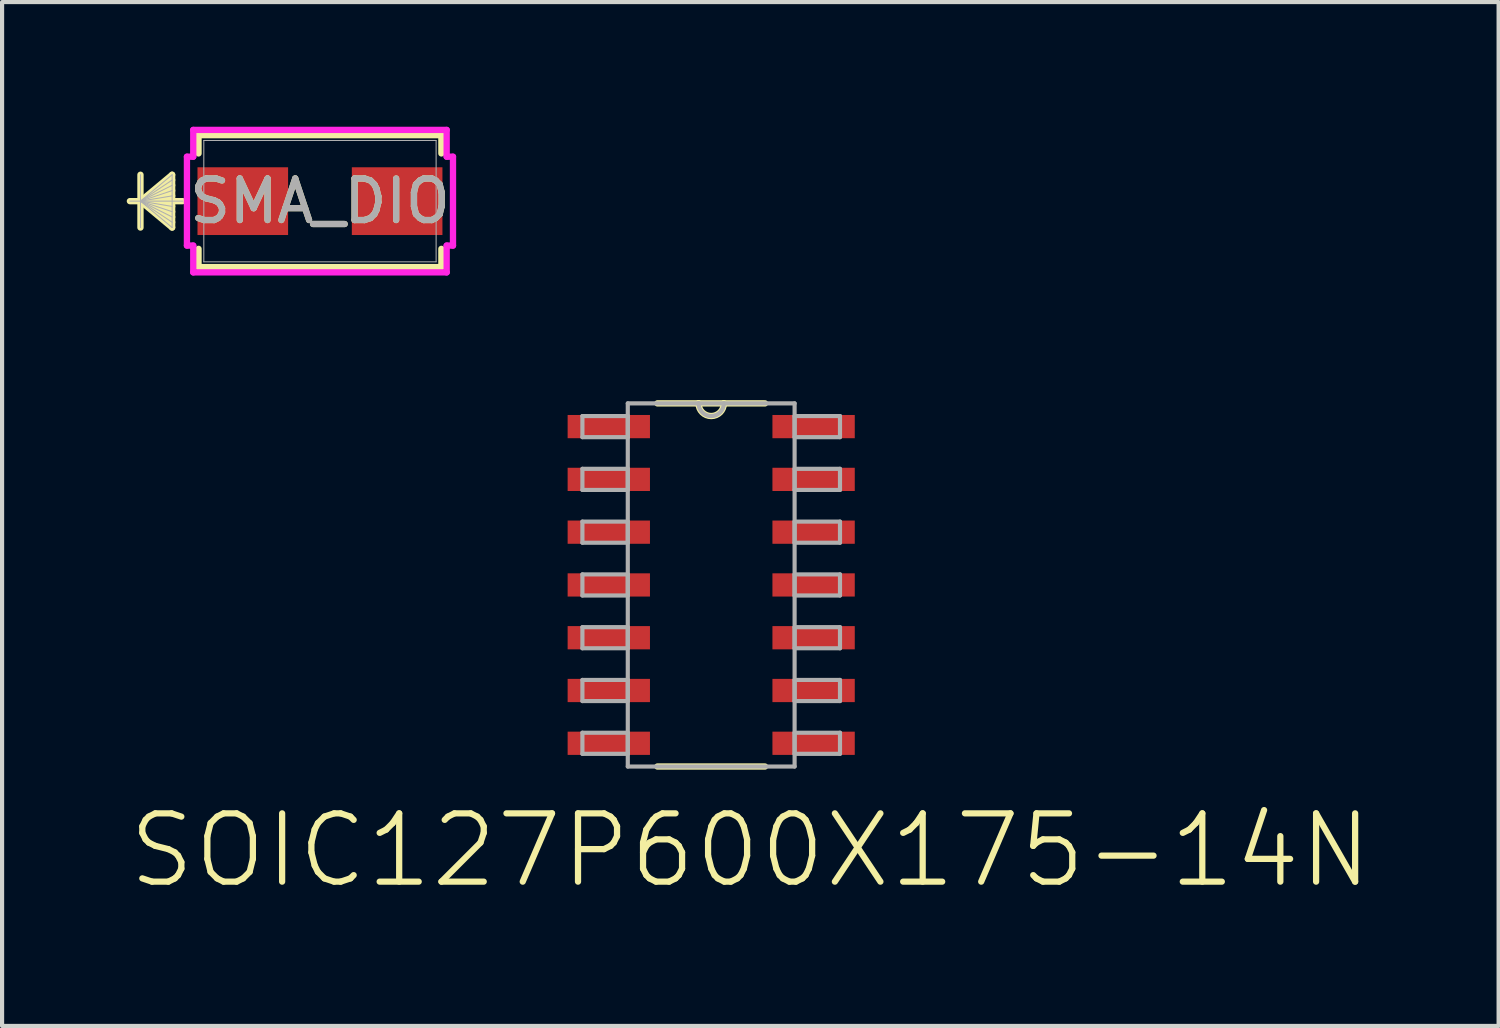
<source format=kicad_pcb>
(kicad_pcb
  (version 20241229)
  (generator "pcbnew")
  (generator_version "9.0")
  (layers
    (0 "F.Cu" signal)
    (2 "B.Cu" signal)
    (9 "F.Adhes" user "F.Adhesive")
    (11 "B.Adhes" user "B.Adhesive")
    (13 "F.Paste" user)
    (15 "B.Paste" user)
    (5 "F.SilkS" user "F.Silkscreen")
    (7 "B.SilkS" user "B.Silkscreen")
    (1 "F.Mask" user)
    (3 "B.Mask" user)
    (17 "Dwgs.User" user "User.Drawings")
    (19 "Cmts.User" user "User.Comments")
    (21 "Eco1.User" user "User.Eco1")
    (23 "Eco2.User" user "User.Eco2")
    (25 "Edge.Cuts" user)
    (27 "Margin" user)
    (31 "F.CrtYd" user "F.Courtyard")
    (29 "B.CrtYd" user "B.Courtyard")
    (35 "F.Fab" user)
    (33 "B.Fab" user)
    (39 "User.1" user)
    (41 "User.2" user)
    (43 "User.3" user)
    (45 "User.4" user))
  (footprint "SOIC127P600X175-14N"
    (layer "F.Cu")
    (at 14.063 11.025)
    (property "Reference" "SOIC127P600X175-14N" (at 0.942 6.387 0) (layer "F.SilkS") (effects (font (size 1.643 1.643) (thickness 0.15))))
    (attr smd)
    (fp_line (start -1.295 4.369) (end 1.295 4.369) (stroke (width 0.152) (type solid)) (layer "F.SilkS"))
    (fp_line (start -0.305 -4.369) (end -1.295 -4.369) (stroke (width 0.152) (type solid)) (layer "F.SilkS"))
    (fp_line (start 0.305 -4.369) (end -0.305 -4.369) (stroke (width 0.152) (type solid)) (layer "F.SilkS"))
    (fp_line (start 1.295 -4.369) (end 0.305 -4.369) (stroke (width 0.152) (type solid)) (layer "F.SilkS"))
    (fp_arc (start 0.3048 -4.3688) (mid 0 -4.064) (end -0.3048 -4.3688) (stroke (width 0.1524) (type solid)) (layer "F.SilkS"))
    (fp_line (start -3.099 -4.064) (end -3.099 -3.556) (stroke (width 0.1) (type solid)) (layer "F.Fab"))
    (fp_line (start -3.099 -3.556) (end -2.007 -3.556) (stroke (width 0.1) (type solid)) (layer "F.Fab"))
    (fp_line (start -3.099 -2.794) (end -3.099 -2.286) (stroke (width 0.1) (type solid)) (layer "F.Fab"))
    (fp_line (start -3.099 -2.286) (end -2.007 -2.286) (stroke (width 0.1) (type solid)) (layer "F.Fab"))
    (fp_line (start -3.099 -1.524) (end -3.099 -1.016) (stroke (width 0.1) (type solid)) (layer "F.Fab"))
    (fp_line (start -3.099 -1.016) (end -2.007 -1.016) (stroke (width 0.1) (type solid)) (layer "F.Fab"))
    (fp_line (start -3.099 -0.254) (end -3.099 0.254) (stroke (width 0.1) (type solid)) (layer "F.Fab"))
    (fp_line (start -3.099 0.254) (end -2.007 0.254) (stroke (width 0.1) (type solid)) (layer "F.Fab"))
    (fp_line (start -3.099 1.016) (end -3.099 1.524) (stroke (width 0.1) (type solid)) (layer "F.Fab"))
    (fp_line (start -3.099 1.524) (end -2.007 1.524) (stroke (width 0.1) (type solid)) (layer "F.Fab"))
    (fp_line (start -3.099 2.286) (end -3.099 2.794) (stroke (width 0.1) (type solid)) (layer "F.Fab"))
    (fp_line (start -3.099 2.794) (end -2.007 2.794) (stroke (width 0.1) (type solid)) (layer "F.Fab"))
    (fp_line (start -3.099 3.556) (end -3.099 4.064) (stroke (width 0.1) (type solid)) (layer "F.Fab"))
    (fp_line (start -3.099 4.064) (end -2.007 4.064) (stroke (width 0.1) (type solid)) (layer "F.Fab"))
    (fp_line (start -2.007 -4.369) (end -2.007 4.369) (stroke (width 0.1) (type solid)) (layer "F.Fab"))
    (fp_line (start -2.007 -4.064) (end -3.099 -4.064) (stroke (width 0.1) (type solid)) (layer "F.Fab"))
    (fp_line (start -2.007 -3.556) (end -2.007 -4.064) (stroke (width 0.1) (type solid)) (layer "F.Fab"))
    (fp_line (start -2.007 -2.794) (end -3.099 -2.794) (stroke (width 0.1) (type solid)) (layer "F.Fab"))
    (fp_line (start -2.007 -2.286) (end -2.007 -2.794) (stroke (width 0.1) (type solid)) (layer "F.Fab"))
    (fp_line (start -2.007 -1.524) (end -3.099 -1.524) (stroke (width 0.1) (type solid)) (layer "F.Fab"))
    (fp_line (start -2.007 -1.016) (end -2.007 -1.524) (stroke (width 0.1) (type solid)) (layer "F.Fab"))
    (fp_line (start -2.007 -0.254) (end -3.099 -0.254) (stroke (width 0.1) (type solid)) (layer "F.Fab"))
    (fp_line (start -2.007 0.254) (end -2.007 -0.254) (stroke (width 0.1) (type solid)) (layer "F.Fab"))
    (fp_line (start -2.007 1.016) (end -3.099 1.016) (stroke (width 0.1) (type solid)) (layer "F.Fab"))
    (fp_line (start -2.007 1.524) (end -2.007 1.016) (stroke (width 0.1) (type solid)) (layer "F.Fab"))
    (fp_line (start -2.007 2.286) (end -3.099 2.286) (stroke (width 0.1) (type solid)) (layer "F.Fab"))
    (fp_line (start -2.007 2.794) (end -2.007 2.286) (stroke (width 0.1) (type solid)) (layer "F.Fab"))
    (fp_line (start -2.007 3.556) (end -3.099 3.556) (stroke (width 0.1) (type solid)) (layer "F.Fab"))
    (fp_line (start -2.007 4.064) (end -2.007 3.556) (stroke (width 0.1) (type solid)) (layer "F.Fab"))
    (fp_line (start -2.007 4.369) (end 2.007 4.369) (stroke (width 0.1) (type solid)) (layer "F.Fab"))
    (fp_line (start -0.305 -4.369) (end -2.007 -4.369) (stroke (width 0.1) (type solid)) (layer "F.Fab"))
    (fp_line (start 0.305 -4.369) (end -0.305 -4.369) (stroke (width 0.1) (type solid)) (layer "F.Fab"))
    (fp_line (start 2.007 -4.369) (end 0.305 -4.369) (stroke (width 0.1) (type solid)) (layer "F.Fab"))
    (fp_line (start 2.007 -4.064) (end 2.007 -3.556) (stroke (width 0.1) (type solid)) (layer "F.Fab"))
    (fp_line (start 2.007 -3.556) (end 3.099 -3.556) (stroke (width 0.1) (type solid)) (layer "F.Fab"))
    (fp_line (start 2.007 -2.794) (end 2.007 -2.286) (stroke (width 0.1) (type solid)) (layer "F.Fab"))
    (fp_line (start 2.007 -2.286) (end 3.099 -2.286) (stroke (width 0.1) (type solid)) (layer "F.Fab"))
    (fp_line (start 2.007 -1.524) (end 2.007 -1.016) (stroke (width 0.1) (type solid)) (layer "F.Fab"))
    (fp_line (start 2.007 -1.016) (end 3.099 -1.016) (stroke (width 0.1) (type solid)) (layer "F.Fab"))
    (fp_line (start 2.007 -0.254) (end 2.007 0.254) (stroke (width 0.1) (type solid)) (layer "F.Fab"))
    (fp_line (start 2.007 0.254) (end 3.099 0.254) (stroke (width 0.1) (type solid)) (layer "F.Fab"))
    (fp_line (start 2.007 1.016) (end 2.007 1.524) (stroke (width 0.1) (type solid)) (layer "F.Fab"))
    (fp_line (start 2.007 1.524) (end 3.099 1.524) (stroke (width 0.1) (type solid)) (layer "F.Fab"))
    (fp_line (start 2.007 2.286) (end 2.007 2.794) (stroke (width 0.1) (type solid)) (layer "F.Fab"))
    (fp_line (start 2.007 2.794) (end 3.099 2.794) (stroke (width 0.1) (type solid)) (layer "F.Fab"))
    (fp_line (start 2.007 3.556) (end 2.007 4.064) (stroke (width 0.1) (type solid)) (layer "F.Fab"))
    (fp_line (start 2.007 4.064) (end 3.099 4.064) (stroke (width 0.1) (type solid)) (layer "F.Fab"))
    (fp_line (start 2.007 4.369) (end 2.007 -4.369) (stroke (width 0.1) (type solid)) (layer "F.Fab"))
    (fp_line (start 3.099 -4.064) (end 2.007 -4.064) (stroke (width 0.1) (type solid)) (layer "F.Fab"))
    (fp_line (start 3.099 -3.556) (end 3.099 -4.064) (stroke (width 0.1) (type solid)) (layer "F.Fab"))
    (fp_line (start 3.099 -2.794) (end 2.007 -2.794) (stroke (width 0.1) (type solid)) (layer "F.Fab"))
    (fp_line (start 3.099 -2.286) (end 3.099 -2.794) (stroke (width 0.1) (type solid)) (layer "F.Fab"))
    (fp_line (start 3.099 -1.524) (end 2.007 -1.524) (stroke (width 0.1) (type solid)) (layer "F.Fab"))
    (fp_line (start 3.099 -1.016) (end 3.099 -1.524) (stroke (width 0.1) (type solid)) (layer "F.Fab"))
    (fp_line (start 3.099 -0.254) (end 2.007 -0.254) (stroke (width 0.1) (type solid)) (layer "F.Fab"))
    (fp_line (start 3.099 0.254) (end 3.099 -0.254) (stroke (width 0.1) (type solid)) (layer "F.Fab"))
    (fp_line (start 3.099 1.016) (end 2.007 1.016) (stroke (width 0.1) (type solid)) (layer "F.Fab"))
    (fp_line (start 3.099 1.524) (end 3.099 1.016) (stroke (width 0.1) (type solid)) (layer "F.Fab"))
    (fp_line (start 3.099 2.286) (end 2.007 2.286) (stroke (width 0.1) (type solid)) (layer "F.Fab"))
    (fp_line (start 3.099 2.794) (end 3.099 2.286) (stroke (width 0.1) (type solid)) (layer "F.Fab"))
    (fp_line (start 3.099 3.556) (end 2.007 3.556) (stroke (width 0.1) (type solid)) (layer "F.Fab"))
    (fp_line (start 3.099 4.064) (end 3.099 3.556) (stroke (width 0.1) (type solid)) (layer "F.Fab"))
    (fp_arc (start 0.3048 -4.3688) (mid 0 -4.064) (end -0.3048 -4.3688) (stroke (width 0.1) (type solid)) (layer "F.Fab"))
    (pad "1" smd rect (at -2.464 -3.81) (size 1.981 0.559) (layers "F.Cu" "F.Mask" "F.Paste"))
    (pad "2" smd rect (at -2.464 -2.54) (size 1.981 0.559) (layers "F.Cu" "F.Mask" "F.Paste"))
    (pad "3" smd rect (at -2.464 -1.27) (size 1.981 0.559) (layers "F.Cu" "F.Mask" "F.Paste"))
    (pad "4" smd rect (at -2.464 0) (size 1.981 0.559) (layers "F.Cu" "F.Mask" "F.Paste"))
    (pad "5" smd rect (at -2.464 1.27) (size 1.981 0.559) (layers "F.Cu" "F.Mask" "F.Paste"))
    (pad "6" smd rect (at -2.464 2.54) (size 1.981 0.559) (layers "F.Cu" "F.Mask" "F.Paste"))
    (pad "7" smd rect (at -2.464 3.81) (size 1.981 0.559) (layers "F.Cu" "F.Mask" "F.Paste"))
    (pad "8" smd rect (at 2.464 3.81) (size 1.981 0.559) (layers "F.Cu" "F.Mask" "F.Paste"))
    (pad "9" smd rect (at 2.464 2.54) (size 1.981 0.559) (layers "F.Cu" "F.Mask" "F.Paste"))
    (pad "10" smd rect (at 2.464 1.27) (size 1.981 0.559) (layers "F.Cu" "F.Mask" "F.Paste"))
    (pad "11" smd rect (at 2.464 0) (size 1.981 0.559) (layers "F.Cu" "F.Mask" "F.Paste"))
    (pad "12" smd rect (at 2.464 -1.27) (size 1.981 0.559) (layers "F.Cu" "F.Mask" "F.Paste"))
    (pad "13" smd rect (at 2.464 -2.54) (size 1.981 0.559) (layers "F.Cu" "F.Mask" "F.Paste"))
    (pad "14" smd rect (at 2.464 -3.81) (size 1.981 0.559) (layers "F.Cu" "F.Mask" "F.Paste")))
  (footprint "SMA_DIO"
    (layer "F.Cu")
    (at 4.649 1.79)
    (property "Reference" "SMA_DIO" (at 0 0 0) (unlocked yes) (layer "F.SilkS") (effects (font (size 1 1) (thickness 0.15))))
    (attr smd)
    (fp_line (start -4.319 -0.635) (end -4.319 0.635) (stroke (width 0.152) (type solid)) (layer "F.SilkS"))
    (fp_line (start -4.319 0) (end -3.557 -0.635) (stroke (width 0.152) (type solid)) (layer "F.SilkS"))
    (fp_line (start -4.319 0) (end -3.557 -0.508) (stroke (width 0.152) (type solid)) (layer "F.SilkS"))
    (fp_line (start -4.319 0) (end -3.557 -0.381) (stroke (width 0.152) (type solid)) (layer "F.SilkS"))
    (fp_line (start -4.319 0) (end -3.557 -0.254) (stroke (width 0.152) (type solid)) (layer "F.SilkS"))
    (fp_line (start -4.319 0) (end -3.557 -0.127) (stroke (width 0.152) (type solid)) (layer "F.SilkS"))
    (fp_line (start -4.319 0) (end -3.557 0.127) (stroke (width 0.152) (type solid)) (layer "F.SilkS"))
    (fp_line (start -4.319 0) (end -3.557 0.254) (stroke (width 0.152) (type solid)) (layer "F.SilkS"))
    (fp_line (start -4.319 0) (end -3.557 0.381) (stroke (width 0.152) (type solid)) (layer "F.SilkS"))
    (fp_line (start -4.319 0) (end -3.557 0.508) (stroke (width 0.152) (type solid)) (layer "F.SilkS"))
    (fp_line (start -4.319 0) (end -3.557 0.635) (stroke (width 0.152) (type solid)) (layer "F.SilkS"))
    (fp_line (start -3.557 -0.635) (end -3.557 0.635) (stroke (width 0.152) (type solid)) (layer "F.SilkS"))
    (fp_line (start -3.303 0) (end -4.573 0) (stroke (width 0.152) (type solid)) (layer "F.SilkS"))
    (fp_line (start -2.922 -1.587) (end -2.922 -1.148) (stroke (width 0.152) (type solid)) (layer "F.SilkS"))
    (fp_line (start -2.922 1.148) (end -2.922 1.587) (stroke (width 0.152) (type solid)) (layer "F.SilkS"))
    (fp_line (start -2.922 1.587) (end 2.922 1.587) (stroke (width 0.152) (type solid)) (layer "F.SilkS"))
    (fp_line (start 2.922 -1.587) (end -2.922 -1.587) (stroke (width 0.152) (type solid)) (layer "F.SilkS"))
    (fp_line (start 2.922 -1.148) (end 2.922 -1.587) (stroke (width 0.152) (type solid)) (layer "F.SilkS"))
    (fp_line (start 2.922 1.587) (end 2.922 1.148) (stroke (width 0.152) (type solid)) (layer "F.SilkS"))
    (fp_line (start -3.201 -1.069) (end -3.049 -1.069) (stroke (width 0.152) (type solid)) (layer "F.CrtYd"))
    (fp_line (start -3.201 1.069) (end -3.201 -1.069) (stroke (width 0.152) (type solid)) (layer "F.CrtYd"))
    (fp_line (start -3.049 -1.714) (end 3.049 -1.714) (stroke (width 0.152) (type solid)) (layer "F.CrtYd"))
    (fp_line (start -3.049 -1.069) (end -3.049 -1.714) (stroke (width 0.152) (type solid)) (layer "F.CrtYd"))
    (fp_line (start -3.049 1.069) (end -3.201 1.069) (stroke (width 0.152) (type solid)) (layer "F.CrtYd"))
    (fp_line (start -3.049 1.714) (end -3.049 1.069) (stroke (width 0.152) (type solid)) (layer "F.CrtYd"))
    (fp_line (start 3.049 -1.714) (end 3.049 -1.069) (stroke (width 0.152) (type solid)) (layer "F.CrtYd"))
    (fp_line (start 3.049 -1.069) (end 3.201 -1.069) (stroke (width 0.152) (type solid)) (layer "F.CrtYd"))
    (fp_line (start 3.049 1.069) (end 3.049 1.714) (stroke (width 0.152) (type solid)) (layer "F.CrtYd"))
    (fp_line (start 3.049 1.714) (end -3.049 1.714) (stroke (width 0.152) (type solid)) (layer "F.CrtYd"))
    (fp_line (start 3.201 -1.069) (end 3.201 1.069) (stroke (width 0.152) (type solid)) (layer "F.CrtYd"))
    (fp_line (start 3.201 1.069) (end 3.049 1.069) (stroke (width 0.152) (type solid)) (layer "F.CrtYd"))
    (fp_line (start -4.319 -0.635) (end -4.319 0.635) (stroke (width 0.025) (type solid)) (layer "F.Fab"))
    (fp_line (start -4.319 0) (end -3.557 -0.635) (stroke (width 0.025) (type solid)) (layer "F.Fab"))
    (fp_line (start -4.319 0) (end -3.557 -0.508) (stroke (width 0.025) (type solid)) (layer "F.Fab"))
    (fp_line (start -4.319 0) (end -3.557 -0.381) (stroke (width 0.025) (type solid)) (layer "F.Fab"))
    (fp_line (start -4.319 0) (end -3.557 -0.254) (stroke (width 0.025) (type solid)) (layer "F.Fab"))
    (fp_line (start -4.319 0) (end -3.557 -0.127) (stroke (width 0.025) (type solid)) (layer "F.Fab"))
    (fp_line (start -4.319 0) (end -3.557 0.127) (stroke (width 0.025) (type solid)) (layer "F.Fab"))
    (fp_line (start -4.319 0) (end -3.557 0.254) (stroke (width 0.025) (type solid)) (layer "F.Fab"))
    (fp_line (start -4.319 0) (end -3.557 0.381) (stroke (width 0.025) (type solid)) (layer "F.Fab"))
    (fp_line (start -4.319 0) (end -3.557 0.508) (stroke (width 0.025) (type solid)) (layer "F.Fab"))
    (fp_line (start -4.319 0) (end -3.557 0.635) (stroke (width 0.025) (type solid)) (layer "F.Fab"))
    (fp_line (start -3.557 -0.635) (end -3.557 0.635) (stroke (width 0.025) (type solid)) (layer "F.Fab"))
    (fp_line (start -3.303 0) (end -4.573 0) (stroke (width 0.025) (type solid)) (layer "F.Fab"))
    (fp_line (start -2.795 -1.46) (end -2.795 1.46) (stroke (width 0.025) (type solid)) (layer "F.Fab"))
    (fp_line (start -2.795 1.46) (end 2.795 1.46) (stroke (width 0.025) (type solid)) (layer "F.Fab"))
    (fp_line (start 2.795 -1.46) (end -2.795 -1.46) (stroke (width 0.025) (type solid)) (layer "F.Fab"))
    (fp_line (start 2.795 1.46) (end 2.795 -1.46) (stroke (width 0.025) (type solid)) (layer "F.Fab"))
    (fp_text user "${REFERENCE}" (at 0 0 0) (unlocked yes) (layer "F.Fab") (effects (font (size 1 1) (thickness 0.15))))
    (pad "1" smd rect (at -1.857 0 90) (size 1.63 2.18) (layers "F.Cu" "F.Mask" "F.Paste"))
    (pad "2" smd rect (at 1.857 0 90) (size 1.63 2.18) (layers "F.Cu" "F.Mask" "F.Paste"))
    (zone (net_name "") (layer "F.Cu") (hatch full 0.508) (connect_pads) (min_thickness 0.254) (filled_areas_thickness no) (keepout (tracks not_allowed) (vias not_allowed) (pads allowed) (copperpour not_allowed) (footprints allowed)) (placement (enabled no)) (fill) (polygon (pts (xy 1.905 0.381) (xy 7.393 0.381) (xy 7.393 0.924) (xy 1.905 0.924))))
    (zone (net_name "") (layer "F.Cu") (hatch full 0.508) (connect_pads) (min_thickness 0.254) (filled_areas_thickness no) (keepout (tracks not_allowed) (vias not_allowed) (pads allowed) (copperpour not_allowed) (footprints allowed)) (placement (enabled no)) (fill) (polygon (pts (xy 1.905 2.656) (xy 7.393 2.656) (xy 7.393 3.199) (xy 1.905 3.199))))
    (zone (net_name "") (layer "F.Cu") (hatch full 0.508) (connect_pads) (min_thickness 0.254) (filled_areas_thickness no) (keepout (tracks not_allowed) (vias not_allowed) (pads allowed) (copperpour not_allowed) (footprints allowed)) (placement (enabled no)) (fill) (polygon (pts (xy 3.933 0.924) (xy 5.365 0.924) (xy 5.365 2.656) (xy 3.933 2.656)))))
  (gr_rect
    (start -3 -3)
    (end 33.01 21.637)
    (stroke (width 0.1) (type default))
    (fill no)
    (layer "Edge.Cuts")))
</source>
